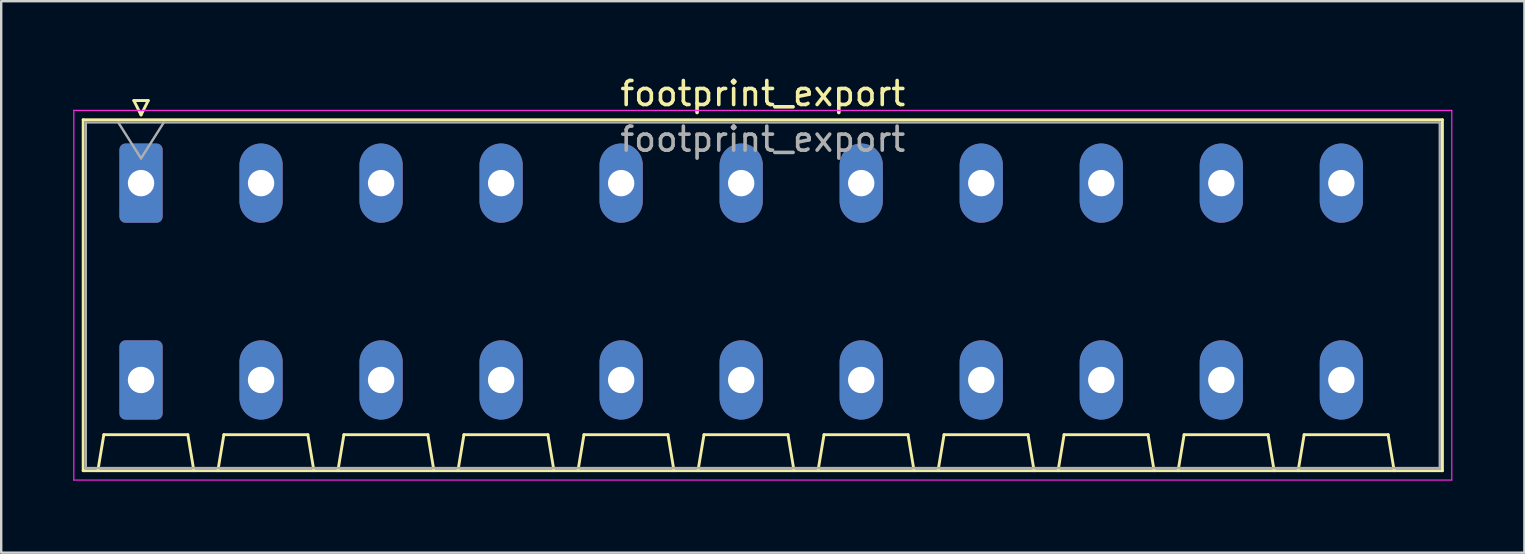
<source format=kicad_pcb>
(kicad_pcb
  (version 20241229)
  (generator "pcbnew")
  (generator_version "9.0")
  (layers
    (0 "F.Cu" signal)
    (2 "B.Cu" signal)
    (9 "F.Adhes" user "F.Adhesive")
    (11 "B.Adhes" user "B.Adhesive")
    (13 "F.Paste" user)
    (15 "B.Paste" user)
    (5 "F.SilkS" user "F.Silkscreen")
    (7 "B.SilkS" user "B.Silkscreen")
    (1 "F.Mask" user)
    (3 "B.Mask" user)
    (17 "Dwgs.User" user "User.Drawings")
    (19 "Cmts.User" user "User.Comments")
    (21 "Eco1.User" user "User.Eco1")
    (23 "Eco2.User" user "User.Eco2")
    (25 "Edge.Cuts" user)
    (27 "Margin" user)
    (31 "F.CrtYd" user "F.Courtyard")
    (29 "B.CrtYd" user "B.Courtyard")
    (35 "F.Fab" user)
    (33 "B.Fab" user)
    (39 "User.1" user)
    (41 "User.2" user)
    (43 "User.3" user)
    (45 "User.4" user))
  (footprint "footprint_export"
    (layer "F.Cu")
    (at 2.825 4.578)
    (property "Reference" "footprint_export" (at 25.9 -3.73 0) (layer "F.SilkS") (effects (font (size 1 1) (thickness 0.15))))
    (attr through_hole)
    (fp_line (start -2.41 -2.64) (end 54.21 -2.64) (stroke (width 0.12) (type solid)) (layer "F.SilkS"))
    (fp_line (start -2.41 11.98) (end -2.41 -2.64) (stroke (width 0.12) (type solid)) (layer "F.SilkS"))
    (fp_line (start -1.8 11.98) (end -1.55 10.48) (stroke (width 0.12) (type solid)) (layer "F.SilkS"))
    (fp_line (start -1.55 10.48) (end 1.95 10.48) (stroke (width 0.12) (type solid)) (layer "F.SilkS"))
    (fp_line (start -0.3 -3.44) (end 0 -2.84) (stroke (width 0.12) (type solid)) (layer "F.SilkS"))
    (fp_line (start -0.3 -3.44) (end 0.3 -3.44) (stroke (width 0.12) (type solid)) (layer "F.SilkS"))
    (fp_line (start 0.3 -3.44) (end 0 -2.84) (stroke (width 0.12) (type solid)) (layer "F.SilkS"))
    (fp_line (start 2.2 11.98) (end 1.95 10.48) (stroke (width 0.12) (type solid)) (layer "F.SilkS"))
    (fp_line (start 3.2 11.98) (end 3.45 10.48) (stroke (width 0.12) (type solid)) (layer "F.SilkS"))
    (fp_line (start 3.45 10.48) (end 6.95 10.48) (stroke (width 0.12) (type solid)) (layer "F.SilkS"))
    (fp_line (start 7.2 11.98) (end 6.95 10.48) (stroke (width 0.12) (type solid)) (layer "F.SilkS"))
    (fp_line (start 8.2 11.98) (end 8.45 10.48) (stroke (width 0.12) (type solid)) (layer "F.SilkS"))
    (fp_line (start 8.45 10.48) (end 11.95 10.48) (stroke (width 0.12) (type solid)) (layer "F.SilkS"))
    (fp_line (start 12.2 11.98) (end 11.95 10.48) (stroke (width 0.12) (type solid)) (layer "F.SilkS"))
    (fp_line (start 13.2 11.98) (end 13.45 10.48) (stroke (width 0.12) (type solid)) (layer "F.SilkS"))
    (fp_line (start 13.45 10.48) (end 16.95 10.48) (stroke (width 0.12) (type solid)) (layer "F.SilkS"))
    (fp_line (start 17.2 11.98) (end 16.95 10.48) (stroke (width 0.12) (type solid)) (layer "F.SilkS"))
    (fp_line (start 18.2 11.98) (end 18.45 10.48) (stroke (width 0.12) (type solid)) (layer "F.SilkS"))
    (fp_line (start 18.45 10.48) (end 21.95 10.48) (stroke (width 0.12) (type solid)) (layer "F.SilkS"))
    (fp_line (start 22.2 11.98) (end 21.95 10.48) (stroke (width 0.12) (type solid)) (layer "F.SilkS"))
    (fp_line (start 23.2 11.98) (end 23.45 10.48) (stroke (width 0.12) (type solid)) (layer "F.SilkS"))
    (fp_line (start 23.45 10.48) (end 26.95 10.48) (stroke (width 0.12) (type solid)) (layer "F.SilkS"))
    (fp_line (start 27.2 11.98) (end 26.95 10.48) (stroke (width 0.12) (type solid)) (layer "F.SilkS"))
    (fp_line (start 28.2 11.98) (end 28.45 10.48) (stroke (width 0.12) (type solid)) (layer "F.SilkS"))
    (fp_line (start 28.45 10.48) (end 31.95 10.48) (stroke (width 0.12) (type solid)) (layer "F.SilkS"))
    (fp_line (start 32.2 11.98) (end 31.95 10.48) (stroke (width 0.12) (type solid)) (layer "F.SilkS"))
    (fp_line (start 33.2 11.98) (end 33.45 10.48) (stroke (width 0.12) (type solid)) (layer "F.SilkS"))
    (fp_line (start 33.45 10.48) (end 36.95 10.48) (stroke (width 0.12) (type solid)) (layer "F.SilkS"))
    (fp_line (start 37.2 11.98) (end 36.95 10.48) (stroke (width 0.12) (type solid)) (layer "F.SilkS"))
    (fp_line (start 38.2 11.98) (end 38.45 10.48) (stroke (width 0.12) (type solid)) (layer "F.SilkS"))
    (fp_line (start 38.45 10.48) (end 41.95 10.48) (stroke (width 0.12) (type solid)) (layer "F.SilkS"))
    (fp_line (start 42.2 11.98) (end 41.95 10.48) (stroke (width 0.12) (type solid)) (layer "F.SilkS"))
    (fp_line (start 43.2 11.98) (end 43.45 10.48) (stroke (width 0.12) (type solid)) (layer "F.SilkS"))
    (fp_line (start 43.45 10.48) (end 46.95 10.48) (stroke (width 0.12) (type solid)) (layer "F.SilkS"))
    (fp_line (start 47.2 11.98) (end 46.95 10.48) (stroke (width 0.12) (type solid)) (layer "F.SilkS"))
    (fp_line (start 48.2 11.98) (end 48.45 10.48) (stroke (width 0.12) (type solid)) (layer "F.SilkS"))
    (fp_line (start 48.45 10.48) (end 51.95 10.48) (stroke (width 0.12) (type solid)) (layer "F.SilkS"))
    (fp_line (start 52.2 11.98) (end 51.95 10.48) (stroke (width 0.12) (type solid)) (layer "F.SilkS"))
    (fp_line (start 54.21 -2.64) (end 54.21 11.98) (stroke (width 0.12) (type solid)) (layer "F.SilkS"))
    (fp_line (start 54.21 11.98) (end -2.41 11.98) (stroke (width 0.12) (type solid)) (layer "F.SilkS"))
    (fp_line (start -2.8 -3.03) (end -2.8 12.37) (stroke (width 0.05) (type solid)) (layer "F.CrtYd"))
    (fp_line (start -2.8 12.37) (end 54.6 12.37) (stroke (width 0.05) (type solid)) (layer "F.CrtYd"))
    (fp_line (start 54.6 -3.03) (end -2.8 -3.03) (stroke (width 0.05) (type solid)) (layer "F.CrtYd"))
    (fp_line (start 54.6 12.37) (end 54.6 -3.03) (stroke (width 0.05) (type solid)) (layer "F.CrtYd"))
    (fp_line (start -2.3 -2.53) (end -2.3 11.87) (stroke (width 0.1) (type solid)) (layer "F.Fab"))
    (fp_line (start -2.3 11.87) (end 54.1 11.87) (stroke (width 0.1) (type solid)) (layer "F.Fab"))
    (fp_line (start -0.95 -2.53) (end 0 -1.03) (stroke (width 0.1) (type solid)) (layer "F.Fab"))
    (fp_line (start 0.95 -2.53) (end 0 -1.03) (stroke (width 0.1) (type solid)) (layer "F.Fab"))
    (fp_line (start 54.1 -2.53) (end -2.3 -2.53) (stroke (width 0.1) (type solid)) (layer "F.Fab"))
    (fp_line (start 54.1 11.87) (end 54.1 -2.53) (stroke (width 0.1) (type solid)) (layer "F.Fab"))
    (fp_text user "${REFERENCE}" (at 25.9 -1.83 0) (layer "F.Fab") (effects (font (size 1 1) (thickness 0.15))))
    (pad "1" thru_hole roundrect (at 0 0) (size 1.8 3.3) (drill 1.1) (layers "*.Cu" "*.Mask") (roundrect_rratio 0.139))
    (pad "1" thru_hole roundrect (at 0 8.2) (size 1.8 3.3) (drill 1.1) (layers "*.Cu" "*.Mask") (roundrect_rratio 0.139))
    (pad "2" thru_hole oval (at 5 0) (size 1.8 3.3) (drill 1.1) (layers "*.Cu" "*.Mask"))
    (pad "2" thru_hole oval (at 5 8.2) (size 1.8 3.3) (drill 1.1) (layers "*.Cu" "*.Mask"))
    (pad "3" thru_hole oval (at 10 0) (size 1.8 3.3) (drill 1.1) (layers "*.Cu" "*.Mask"))
    (pad "3" thru_hole oval (at 10 8.2) (size 1.8 3.3) (drill 1.1) (layers "*.Cu" "*.Mask"))
    (pad "4" thru_hole oval (at 15 0) (size 1.8 3.3) (drill 1.1) (layers "*.Cu" "*.Mask"))
    (pad "4" thru_hole oval (at 15 8.2) (size 1.8 3.3) (drill 1.1) (layers "*.Cu" "*.Mask"))
    (pad "5" thru_hole oval (at 20 0) (size 1.8 3.3) (drill 1.1) (layers "*.Cu" "*.Mask"))
    (pad "5" thru_hole oval (at 20 8.2) (size 1.8 3.3) (drill 1.1) (layers "*.Cu" "*.Mask"))
    (pad "6" thru_hole oval (at 25 0) (size 1.8 3.3) (drill 1.1) (layers "*.Cu" "*.Mask"))
    (pad "6" thru_hole oval (at 25 8.2) (size 1.8 3.3) (drill 1.1) (layers "*.Cu" "*.Mask"))
    (pad "7" thru_hole oval (at 30 0) (size 1.8 3.3) (drill 1.1) (layers "*.Cu" "*.Mask"))
    (pad "7" thru_hole oval (at 30 8.2) (size 1.8 3.3) (drill 1.1) (layers "*.Cu" "*.Mask"))
    (pad "8" thru_hole oval (at 35 0) (size 1.8 3.3) (drill 1.1) (layers "*.Cu" "*.Mask"))
    (pad "8" thru_hole oval (at 35 8.2) (size 1.8 3.3) (drill 1.1) (layers "*.Cu" "*.Mask"))
    (pad "9" thru_hole oval (at 40 0) (size 1.8 3.3) (drill 1.1) (layers "*.Cu" "*.Mask"))
    (pad "9" thru_hole oval (at 40 8.2) (size 1.8 3.3) (drill 1.1) (layers "*.Cu" "*.Mask"))
    (pad "10" thru_hole oval (at 45 0) (size 1.8 3.3) (drill 1.1) (layers "*.Cu" "*.Mask"))
    (pad "10" thru_hole oval (at 45 8.2) (size 1.8 3.3) (drill 1.1) (layers "*.Cu" "*.Mask"))
    (pad "11" thru_hole oval (at 50 0) (size 1.8 3.3) (drill 1.1) (layers "*.Cu" "*.Mask"))
    (pad "11" thru_hole oval (at 50 8.2) (size 1.8 3.3) (drill 1.1) (layers "*.Cu" "*.Mask")))
  (gr_rect
    (start -3 -3)
    (end 60.45 19.973)
    (stroke (width 0.1) (type default))
    (fill no)
    (layer "Edge.Cuts")))
</source>
